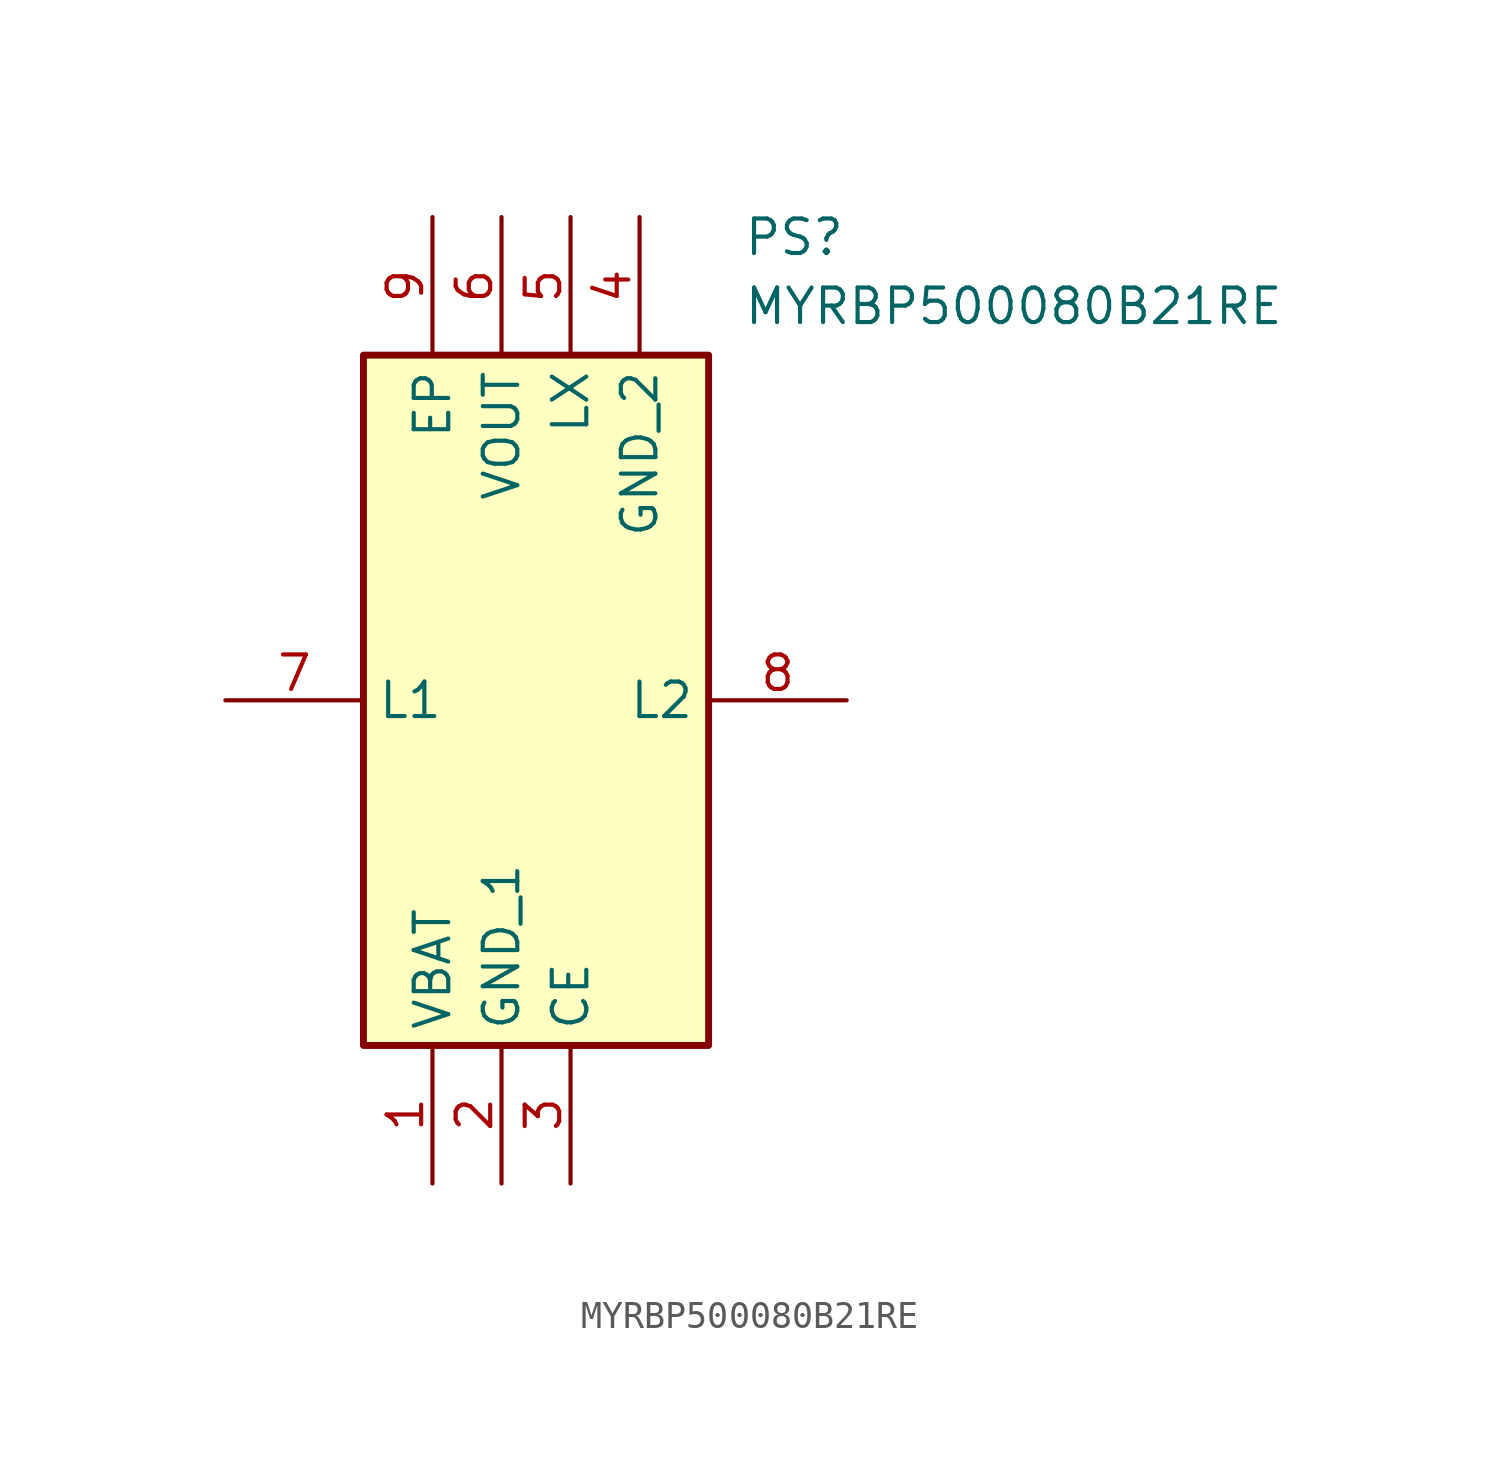
<source format=kicad_sym>
(kicad_symbol_lib
  (version 20211014)
  (generator SamacSys_ECAD_Model)
  (symbol "MYRBP500080B21RE"
    (property "Reference" "PS"
      (at 19.05 17.78 0)
      (effects (font (size 1.27 1.27)) (justify left top)))
    (property "Value" "MYRBP500080B21RE"
      (at 19.05 15.24 0)
      (effects (font (size 1.27 1.27)) (justify left top)))
    (rectangle
      (start 5.08 12.7)
      (end 17.78 -12.7)
      (stroke (width 0.254) (type default))
      (fill (type background)))
    (pin passive line
      (at 7.62 -17.78 90)
      (length 5.08)
      (name "VBAT" (effects (font (size 1.27 1.27))))
      (number "1" (effects (font (size 1.27 1.27)))))
    (pin passive line
      (at 10.16 -17.78 90)
      (length 5.08)
      (name "GND_1" (effects (font (size 1.27 1.27))))
      (number "2" (effects (font (size 1.27 1.27)))))
    (pin passive line
      (at 12.7 -17.78 90)
      (length 5.08)
      (name "CE" (effects (font (size 1.27 1.27))))
      (number "3" (effects (font (size 1.27 1.27)))))
    (pin passive line
      (at 15.24 17.78 270)
      (length 5.08)
      (name "GND_2" (effects (font (size 1.27 1.27))))
      (number "4" (effects (font (size 1.27 1.27)))))
    (pin passive line
      (at 12.7 17.78 270)
      (length 5.08)
      (name "LX" (effects (font (size 1.27 1.27))))
      (number "5" (effects (font (size 1.27 1.27)))))
    (pin passive line
      (at 10.16 17.78 270)
      (length 5.08)
      (name "VOUT" (effects (font (size 1.27 1.27))))
      (number "6" (effects (font (size 1.27 1.27)))))
    (pin passive line
      (at 0 0 0)
      (length 5.08)
      (name "L1" (effects (font (size 1.27 1.27))))
      (number "7" (effects (font (size 1.27 1.27)))))
    (pin passive line
      (at 22.86 0 180)
      (length 5.08)
      (name "L2" (effects (font (size 1.27 1.27))))
      (number "8" (effects (font (size 1.27 1.27)))))
    (pin passive line
      (at 7.62 17.78 270)
      (length 5.08)
      (name "EP" (effects (font (size 1.27 1.27))))
      (number "9" (effects (font (size 1.27 1.27)))))))
</source>
